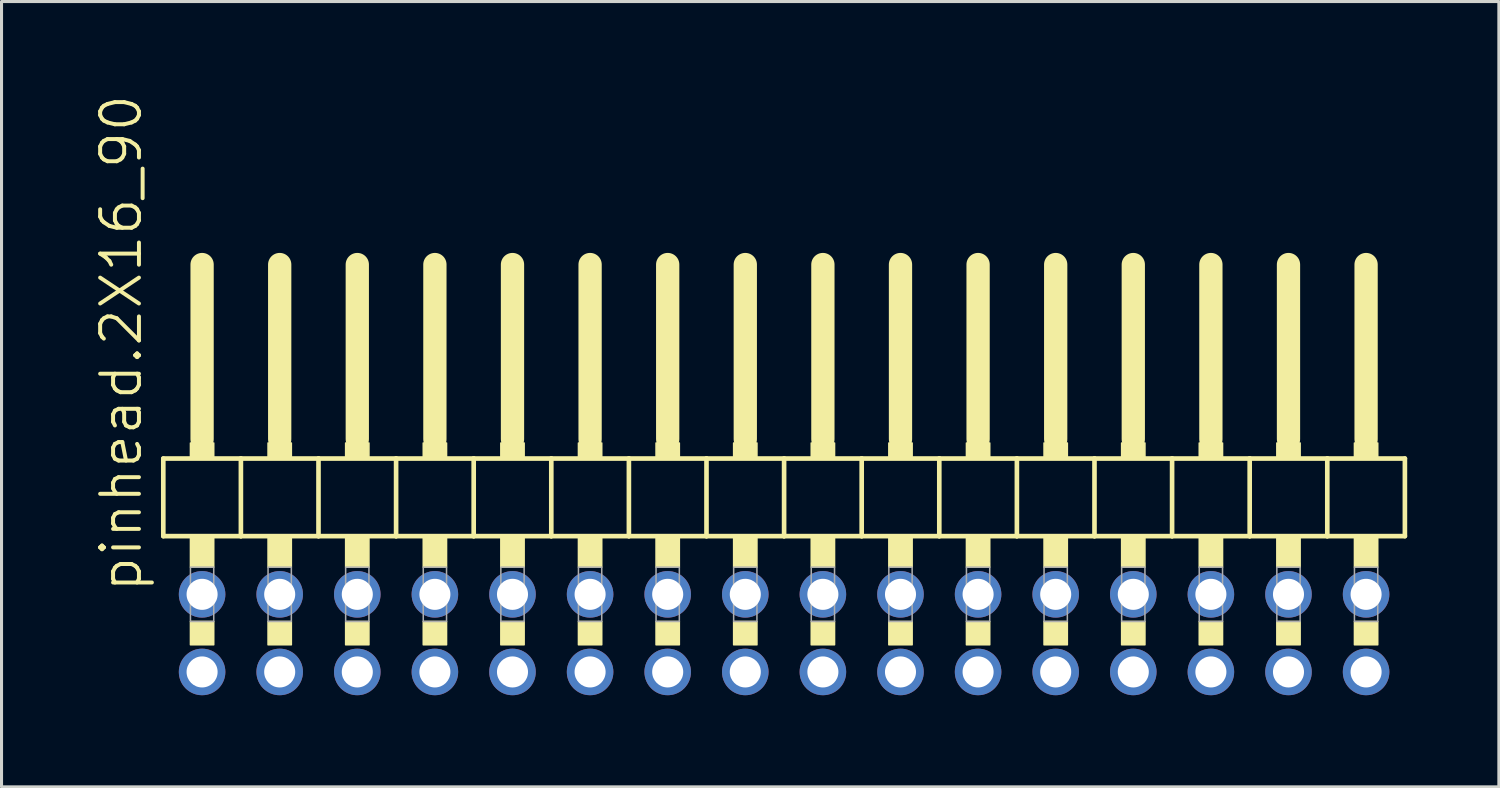
<source format=kicad_pcb>
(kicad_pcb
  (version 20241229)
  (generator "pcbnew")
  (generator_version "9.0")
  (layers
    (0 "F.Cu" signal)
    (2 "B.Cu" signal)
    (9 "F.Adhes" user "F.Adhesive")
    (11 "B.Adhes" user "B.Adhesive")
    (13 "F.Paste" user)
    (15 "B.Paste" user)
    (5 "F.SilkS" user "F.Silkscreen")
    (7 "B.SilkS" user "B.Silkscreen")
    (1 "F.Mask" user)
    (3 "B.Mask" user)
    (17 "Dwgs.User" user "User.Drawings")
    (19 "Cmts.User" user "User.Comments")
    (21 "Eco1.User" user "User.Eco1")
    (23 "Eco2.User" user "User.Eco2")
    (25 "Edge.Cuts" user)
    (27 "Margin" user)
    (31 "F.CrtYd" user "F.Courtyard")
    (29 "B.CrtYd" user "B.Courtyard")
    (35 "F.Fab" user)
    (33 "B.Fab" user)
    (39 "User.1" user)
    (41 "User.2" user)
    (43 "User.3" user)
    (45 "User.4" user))
  (footprint "pinhead.2X16_90"
    (layer "F.Cu")
    (at 22.615 12.594)
    (property "Reference" "pinhead.2X16_90" (at -20.955 3.81 90) (layer "F.SilkS") (effects (font (size 1.27 1.27) (thickness 0.13)) (justify left bottom)))
    (attr through_hole)
    (fp_line (start -20.32 -0.635) (end -20.32 1.905) (stroke (width 0.152) (type default)) (layer "F.SilkS"))
    (fp_line (start -20.32 1.905) (end -17.78 1.905) (stroke (width 0.152) (type default)) (layer "F.SilkS"))
    (fp_line (start -19.05 -6.985) (end -19.05 -1.27) (stroke (width 0.762) (type default)) (layer "F.SilkS"))
    (fp_line (start -17.78 -0.635) (end -20.32 -0.635) (stroke (width 0.152) (type default)) (layer "F.SilkS"))
    (fp_line (start -17.78 1.905) (end -17.78 -0.635) (stroke (width 0.152) (type default)) (layer "F.SilkS"))
    (fp_line (start -17.78 1.905) (end -15.24 1.905) (stroke (width 0.152) (type default)) (layer "F.SilkS"))
    (fp_line (start -16.51 -6.985) (end -16.51 -1.27) (stroke (width 0.762) (type default)) (layer "F.SilkS"))
    (fp_line (start -15.24 -0.635) (end -17.78 -0.635) (stroke (width 0.152) (type default)) (layer "F.SilkS"))
    (fp_line (start -15.24 1.905) (end -15.24 -0.635) (stroke (width 0.152) (type default)) (layer "F.SilkS"))
    (fp_line (start -15.24 1.905) (end -12.7 1.905) (stroke (width 0.152) (type default)) (layer "F.SilkS"))
    (fp_line (start -13.97 -6.985) (end -13.97 -1.27) (stroke (width 0.762) (type default)) (layer "F.SilkS"))
    (fp_line (start -12.7 -0.635) (end -15.24 -0.635) (stroke (width 0.152) (type default)) (layer "F.SilkS"))
    (fp_line (start -12.7 1.905) (end -12.7 -0.635) (stroke (width 0.152) (type default)) (layer "F.SilkS"))
    (fp_line (start -12.7 1.905) (end -10.16 1.905) (stroke (width 0.152) (type default)) (layer "F.SilkS"))
    (fp_line (start -11.43 -6.985) (end -11.43 -1.27) (stroke (width 0.762) (type default)) (layer "F.SilkS"))
    (fp_line (start -10.16 -0.635) (end -12.7 -0.635) (stroke (width 0.152) (type default)) (layer "F.SilkS"))
    (fp_line (start -10.16 1.905) (end -10.16 -0.635) (stroke (width 0.152) (type default)) (layer "F.SilkS"))
    (fp_line (start -10.16 1.905) (end -7.62 1.905) (stroke (width 0.152) (type default)) (layer "F.SilkS"))
    (fp_line (start -8.89 -6.985) (end -8.89 -1.27) (stroke (width 0.762) (type default)) (layer "F.SilkS"))
    (fp_line (start -7.62 -0.635) (end -10.16 -0.635) (stroke (width 0.152) (type default)) (layer "F.SilkS"))
    (fp_line (start -7.62 1.905) (end -7.62 -0.635) (stroke (width 0.152) (type default)) (layer "F.SilkS"))
    (fp_line (start -7.62 1.905) (end -5.08 1.905) (stroke (width 0.152) (type default)) (layer "F.SilkS"))
    (fp_line (start -6.35 -6.985) (end -6.35 -1.27) (stroke (width 0.762) (type default)) (layer "F.SilkS"))
    (fp_line (start -5.08 -0.635) (end -7.62 -0.635) (stroke (width 0.152) (type default)) (layer "F.SilkS"))
    (fp_line (start -5.08 1.905) (end -5.08 -0.635) (stroke (width 0.152) (type default)) (layer "F.SilkS"))
    (fp_line (start -5.08 1.905) (end -2.54 1.905) (stroke (width 0.152) (type default)) (layer "F.SilkS"))
    (fp_line (start -3.81 -6.985) (end -3.81 -1.27) (stroke (width 0.762) (type default)) (layer "F.SilkS"))
    (fp_line (start -2.54 -0.635) (end -5.08 -0.635) (stroke (width 0.152) (type default)) (layer "F.SilkS"))
    (fp_line (start -2.54 1.905) (end -2.54 -0.635) (stroke (width 0.152) (type default)) (layer "F.SilkS"))
    (fp_line (start -2.54 1.905) (end 0 1.905) (stroke (width 0.152) (type default)) (layer "F.SilkS"))
    (fp_line (start -1.27 -6.985) (end -1.27 -1.27) (stroke (width 0.762) (type default)) (layer "F.SilkS"))
    (fp_line (start 0 -0.635) (end -2.54 -0.635) (stroke (width 0.152) (type default)) (layer "F.SilkS"))
    (fp_line (start 0 1.905) (end 0 -0.635) (stroke (width 0.152) (type default)) (layer "F.SilkS"))
    (fp_line (start 0 1.905) (end 2.54 1.905) (stroke (width 0.152) (type default)) (layer "F.SilkS"))
    (fp_line (start 1.27 -6.985) (end 1.27 -1.27) (stroke (width 0.762) (type default)) (layer "F.SilkS"))
    (fp_line (start 2.54 -0.635) (end 0 -0.635) (stroke (width 0.152) (type default)) (layer "F.SilkS"))
    (fp_line (start 2.54 1.905) (end 2.54 -0.635) (stroke (width 0.152) (type default)) (layer "F.SilkS"))
    (fp_line (start 2.54 1.905) (end 5.08 1.905) (stroke (width 0.152) (type default)) (layer "F.SilkS"))
    (fp_line (start 3.81 -6.985) (end 3.81 -1.27) (stroke (width 0.762) (type default)) (layer "F.SilkS"))
    (fp_line (start 5.08 -0.635) (end 2.54 -0.635) (stroke (width 0.152) (type default)) (layer "F.SilkS"))
    (fp_line (start 5.08 1.905) (end 5.08 -0.635) (stroke (width 0.152) (type default)) (layer "F.SilkS"))
    (fp_line (start 5.08 1.905) (end 7.62 1.905) (stroke (width 0.152) (type default)) (layer "F.SilkS"))
    (fp_line (start 6.35 -6.985) (end 6.35 -1.27) (stroke (width 0.762) (type default)) (layer "F.SilkS"))
    (fp_line (start 7.62 -0.635) (end 5.08 -0.635) (stroke (width 0.152) (type default)) (layer "F.SilkS"))
    (fp_line (start 7.62 1.905) (end 7.62 -0.635) (stroke (width 0.152) (type default)) (layer "F.SilkS"))
    (fp_line (start 7.62 1.905) (end 10.16 1.905) (stroke (width 0.152) (type default)) (layer "F.SilkS"))
    (fp_line (start 8.89 -6.985) (end 8.89 -1.27) (stroke (width 0.762) (type default)) (layer "F.SilkS"))
    (fp_line (start 10.16 -0.635) (end 7.62 -0.635) (stroke (width 0.152) (type default)) (layer "F.SilkS"))
    (fp_line (start 10.16 1.905) (end 10.16 -0.635) (stroke (width 0.152) (type default)) (layer "F.SilkS"))
    (fp_line (start 10.16 1.905) (end 12.7 1.905) (stroke (width 0.152) (type default)) (layer "F.SilkS"))
    (fp_line (start 11.43 -6.985) (end 11.43 -1.27) (stroke (width 0.762) (type default)) (layer "F.SilkS"))
    (fp_line (start 12.7 -0.635) (end 10.16 -0.635) (stroke (width 0.152) (type default)) (layer "F.SilkS"))
    (fp_line (start 12.7 1.905) (end 12.7 -0.635) (stroke (width 0.152) (type default)) (layer "F.SilkS"))
    (fp_line (start 12.7 1.905) (end 15.24 1.905) (stroke (width 0.152) (type default)) (layer "F.SilkS"))
    (fp_line (start 13.97 -6.985) (end 13.97 -1.27) (stroke (width 0.762) (type default)) (layer "F.SilkS"))
    (fp_line (start 15.24 -0.635) (end 12.7 -0.635) (stroke (width 0.152) (type default)) (layer "F.SilkS"))
    (fp_line (start 15.24 1.905) (end 15.24 -0.635) (stroke (width 0.152) (type default)) (layer "F.SilkS"))
    (fp_line (start 15.24 1.905) (end 17.78 1.905) (stroke (width 0.152) (type default)) (layer "F.SilkS"))
    (fp_line (start 16.51 -6.985) (end 16.51 -1.27) (stroke (width 0.762) (type default)) (layer "F.SilkS"))
    (fp_line (start 17.78 -0.635) (end 15.24 -0.635) (stroke (width 0.152) (type default)) (layer "F.SilkS"))
    (fp_line (start 17.78 1.905) (end 17.78 -0.635) (stroke (width 0.152) (type default)) (layer "F.SilkS"))
    (fp_line (start 17.78 1.905) (end 20.32 1.905) (stroke (width 0.152) (type default)) (layer "F.SilkS"))
    (fp_line (start 19.05 -6.985) (end 19.05 -1.27) (stroke (width 0.762) (type default)) (layer "F.SilkS"))
    (fp_line (start 20.32 -0.635) (end 17.78 -0.635) (stroke (width 0.152) (type default)) (layer "F.SilkS"))
    (fp_line (start 20.32 1.905) (end 20.32 -0.635) (stroke (width 0.152) (type default)) (layer "F.SilkS"))
    (fp_rect (start -19.431 -0.635) (end -18.669 -1.143) (stroke (width 0.05) (type default)) (fill yes) (layer "F.SilkS"))
    (fp_rect (start -19.431 2.921) (end -18.669 1.905) (stroke (width 0.05) (type default)) (fill yes) (layer "F.SilkS"))
    (fp_rect (start -19.431 5.461) (end -18.669 4.699) (stroke (width 0.05) (type default)) (fill yes) (layer "F.SilkS"))
    (fp_rect (start -16.891 -0.635) (end -16.129 -1.143) (stroke (width 0.05) (type default)) (fill yes) (layer "F.SilkS"))
    (fp_rect (start -16.891 2.921) (end -16.129 1.905) (stroke (width 0.05) (type default)) (fill yes) (layer "F.SilkS"))
    (fp_rect (start -16.891 5.461) (end -16.129 4.699) (stroke (width 0.05) (type default)) (fill yes) (layer "F.SilkS"))
    (fp_rect (start -14.351 -0.635) (end -13.589 -1.143) (stroke (width 0.05) (type default)) (fill yes) (layer "F.SilkS"))
    (fp_rect (start -14.351 2.921) (end -13.589 1.905) (stroke (width 0.05) (type default)) (fill yes) (layer "F.SilkS"))
    (fp_rect (start -14.351 5.461) (end -13.589 4.699) (stroke (width 0.05) (type default)) (fill yes) (layer "F.SilkS"))
    (fp_rect (start -11.811 -0.635) (end -11.049 -1.143) (stroke (width 0.05) (type default)) (fill yes) (layer "F.SilkS"))
    (fp_rect (start -11.811 2.921) (end -11.049 1.905) (stroke (width 0.05) (type default)) (fill yes) (layer "F.SilkS"))
    (fp_rect (start -11.811 5.461) (end -11.049 4.699) (stroke (width 0.05) (type default)) (fill yes) (layer "F.SilkS"))
    (fp_rect (start -9.271 -0.635) (end -8.509 -1.143) (stroke (width 0.05) (type default)) (fill yes) (layer "F.SilkS"))
    (fp_rect (start -9.271 2.921) (end -8.509 1.905) (stroke (width 0.05) (type default)) (fill yes) (layer "F.SilkS"))
    (fp_rect (start -9.271 5.461) (end -8.509 4.699) (stroke (width 0.05) (type default)) (fill yes) (layer "F.SilkS"))
    (fp_rect (start -6.731 -0.635) (end -5.969 -1.143) (stroke (width 0.05) (type default)) (fill yes) (layer "F.SilkS"))
    (fp_rect (start -6.731 2.921) (end -5.969 1.905) (stroke (width 0.05) (type default)) (fill yes) (layer "F.SilkS"))
    (fp_rect (start -6.731 5.461) (end -5.969 4.699) (stroke (width 0.05) (type default)) (fill yes) (layer "F.SilkS"))
    (fp_rect (start -4.191 -0.635) (end -3.429 -1.143) (stroke (width 0.05) (type default)) (fill yes) (layer "F.SilkS"))
    (fp_rect (start -4.191 2.921) (end -3.429 1.905) (stroke (width 0.05) (type default)) (fill yes) (layer "F.SilkS"))
    (fp_rect (start -4.191 5.461) (end -3.429 4.699) (stroke (width 0.05) (type default)) (fill yes) (layer "F.SilkS"))
    (fp_rect (start -1.651 -0.635) (end -0.889 -1.143) (stroke (width 0.05) (type default)) (fill yes) (layer "F.SilkS"))
    (fp_rect (start -1.651 2.921) (end -0.889 1.905) (stroke (width 0.05) (type default)) (fill yes) (layer "F.SilkS"))
    (fp_rect (start -1.651 5.461) (end -0.889 4.699) (stroke (width 0.05) (type default)) (fill yes) (layer "F.SilkS"))
    (fp_rect (start 0.889 -0.635) (end 1.651 -1.143) (stroke (width 0.05) (type default)) (fill yes) (layer "F.SilkS"))
    (fp_rect (start 0.889 2.921) (end 1.651 1.905) (stroke (width 0.05) (type default)) (fill yes) (layer "F.SilkS"))
    (fp_rect (start 0.889 5.461) (end 1.651 4.699) (stroke (width 0.05) (type default)) (fill yes) (layer "F.SilkS"))
    (fp_rect (start 3.429 -0.635) (end 4.191 -1.143) (stroke (width 0.05) (type default)) (fill yes) (layer "F.SilkS"))
    (fp_rect (start 3.429 2.921) (end 4.191 1.905) (stroke (width 0.05) (type default)) (fill yes) (layer "F.SilkS"))
    (fp_rect (start 3.429 5.461) (end 4.191 4.699) (stroke (width 0.05) (type default)) (fill yes) (layer "F.SilkS"))
    (fp_rect (start 5.969 -0.635) (end 6.731 -1.143) (stroke (width 0.05) (type default)) (fill yes) (layer "F.SilkS"))
    (fp_rect (start 5.969 2.921) (end 6.731 1.905) (stroke (width 0.05) (type default)) (fill yes) (layer "F.SilkS"))
    (fp_rect (start 5.969 5.461) (end 6.731 4.699) (stroke (width 0.05) (type default)) (fill yes) (layer "F.SilkS"))
    (fp_rect (start 8.509 -0.635) (end 9.271 -1.143) (stroke (width 0.05) (type default)) (fill yes) (layer "F.SilkS"))
    (fp_rect (start 8.509 2.921) (end 9.271 1.905) (stroke (width 0.05) (type default)) (fill yes) (layer "F.SilkS"))
    (fp_rect (start 8.509 5.461) (end 9.271 4.699) (stroke (width 0.05) (type default)) (fill yes) (layer "F.SilkS"))
    (fp_rect (start 11.049 -0.635) (end 11.811 -1.143) (stroke (width 0.05) (type default)) (fill yes) (layer "F.SilkS"))
    (fp_rect (start 11.049 2.921) (end 11.811 1.905) (stroke (width 0.05) (type default)) (fill yes) (layer "F.SilkS"))
    (fp_rect (start 11.049 5.461) (end 11.811 4.699) (stroke (width 0.05) (type default)) (fill yes) (layer "F.SilkS"))
    (fp_rect (start 13.589 -0.635) (end 14.351 -1.143) (stroke (width 0.05) (type default)) (fill yes) (layer "F.SilkS"))
    (fp_rect (start 13.589 2.921) (end 14.351 1.905) (stroke (width 0.05) (type default)) (fill yes) (layer "F.SilkS"))
    (fp_rect (start 13.589 5.461) (end 14.351 4.699) (stroke (width 0.05) (type default)) (fill yes) (layer "F.SilkS"))
    (fp_rect (start 16.129 -0.635) (end 16.891 -1.143) (stroke (width 0.05) (type default)) (fill yes) (layer "F.SilkS"))
    (fp_rect (start 16.129 2.921) (end 16.891 1.905) (stroke (width 0.05) (type default)) (fill yes) (layer "F.SilkS"))
    (fp_rect (start 16.129 5.461) (end 16.891 4.699) (stroke (width 0.05) (type default)) (fill yes) (layer "F.SilkS"))
    (fp_rect (start 18.669 -0.635) (end 19.431 -1.143) (stroke (width 0.05) (type default)) (fill yes) (layer "F.SilkS"))
    (fp_rect (start 18.669 2.921) (end 19.431 1.905) (stroke (width 0.05) (type default)) (fill yes) (layer "F.SilkS"))
    (fp_rect (start 18.669 5.461) (end 19.431 4.699) (stroke (width 0.05) (type default)) (fill yes) (layer "F.SilkS"))
    (fp_rect (start -19.431 4.699) (end -18.669 2.921) (stroke (width 0.05) (type default)) (fill no) (layer "F.Fab"))
    (fp_rect (start -16.891 4.699) (end -16.129 2.921) (stroke (width 0.05) (type default)) (fill no) (layer "F.Fab"))
    (fp_rect (start -14.351 4.699) (end -13.589 2.921) (stroke (width 0.05) (type default)) (fill no) (layer "F.Fab"))
    (fp_rect (start -11.811 4.699) (end -11.049 2.921) (stroke (width 0.05) (type default)) (fill no) (layer "F.Fab"))
    (fp_rect (start -9.271 4.699) (end -8.509 2.921) (stroke (width 0.05) (type default)) (fill no) (layer "F.Fab"))
    (fp_rect (start -6.731 4.699) (end -5.969 2.921) (stroke (width 0.05) (type default)) (fill no) (layer "F.Fab"))
    (fp_rect (start -4.191 4.699) (end -3.429 2.921) (stroke (width 0.05) (type default)) (fill no) (layer "F.Fab"))
    (fp_rect (start -1.651 4.699) (end -0.889 2.921) (stroke (width 0.05) (type default)) (fill no) (layer "F.Fab"))
    (fp_rect (start 0.889 4.699) (end 1.651 2.921) (stroke (width 0.05) (type default)) (fill no) (layer "F.Fab"))
    (fp_rect (start 3.429 4.699) (end 4.191 2.921) (stroke (width 0.05) (type default)) (fill no) (layer "F.Fab"))
    (fp_rect (start 5.969 4.699) (end 6.731 2.921) (stroke (width 0.05) (type default)) (fill no) (layer "F.Fab"))
    (fp_rect (start 8.509 4.699) (end 9.271 2.921) (stroke (width 0.05) (type default)) (fill no) (layer "F.Fab"))
    (fp_rect (start 11.049 4.699) (end 11.811 2.921) (stroke (width 0.05) (type default)) (fill no) (layer "F.Fab"))
    (fp_rect (start 13.589 4.699) (end 14.351 2.921) (stroke (width 0.05) (type default)) (fill no) (layer "F.Fab"))
    (fp_rect (start 16.129 4.699) (end 16.891 2.921) (stroke (width 0.05) (type default)) (fill no) (layer "F.Fab"))
    (fp_rect (start 18.669 4.699) (end 19.431 2.921) (stroke (width 0.05) (type default)) (fill no) (layer "F.Fab"))
    (pad "1" thru_hole circle (at -19.05 6.35) (size 1.524 1.524) (drill 1.016) (layers "*.Cu" "*.Mask"))
    (pad "2" thru_hole circle (at -19.05 3.81) (size 1.524 1.524) (drill 1.016) (layers "*.Cu" "*.Mask"))
    (pad "3" thru_hole circle (at -16.51 6.35) (size 1.524 1.524) (drill 1.016) (layers "*.Cu" "*.Mask"))
    (pad "4" thru_hole circle (at -16.51 3.81) (size 1.524 1.524) (drill 1.016) (layers "*.Cu" "*.Mask"))
    (pad "5" thru_hole circle (at -13.97 6.35) (size 1.524 1.524) (drill 1.016) (layers "*.Cu" "*.Mask"))
    (pad "6" thru_hole circle (at -13.97 3.81) (size 1.524 1.524) (drill 1.016) (layers "*.Cu" "*.Mask"))
    (pad "7" thru_hole circle (at -11.43 6.35) (size 1.524 1.524) (drill 1.016) (layers "*.Cu" "*.Mask"))
    (pad "8" thru_hole circle (at -11.43 3.81) (size 1.524 1.524) (drill 1.016) (layers "*.Cu" "*.Mask"))
    (pad "9" thru_hole circle (at -8.89 6.35) (size 1.524 1.524) (drill 1.016) (layers "*.Cu" "*.Mask"))
    (pad "10" thru_hole circle (at -8.89 3.81) (size 1.524 1.524) (drill 1.016) (layers "*.Cu" "*.Mask"))
    (pad "11" thru_hole circle (at -6.35 6.35) (size 1.524 1.524) (drill 1.016) (layers "*.Cu" "*.Mask"))
    (pad "12" thru_hole circle (at -6.35 3.81) (size 1.524 1.524) (drill 1.016) (layers "*.Cu" "*.Mask"))
    (pad "13" thru_hole circle (at -3.81 6.35) (size 1.524 1.524) (drill 1.016) (layers "*.Cu" "*.Mask"))
    (pad "14" thru_hole circle (at -3.81 3.81) (size 1.524 1.524) (drill 1.016) (layers "*.Cu" "*.Mask"))
    (pad "15" thru_hole circle (at -1.27 6.35) (size 1.524 1.524) (drill 1.016) (layers "*.Cu" "*.Mask"))
    (pad "16" thru_hole circle (at -1.27 3.81) (size 1.524 1.524) (drill 1.016) (layers "*.Cu" "*.Mask"))
    (pad "17" thru_hole circle (at 1.27 6.35) (size 1.524 1.524) (drill 1.016) (layers "*.Cu" "*.Mask"))
    (pad "18" thru_hole circle (at 1.27 3.81) (size 1.524 1.524) (drill 1.016) (layers "*.Cu" "*.Mask"))
    (pad "19" thru_hole circle (at 3.81 6.35) (size 1.524 1.524) (drill 1.016) (layers "*.Cu" "*.Mask"))
    (pad "20" thru_hole circle (at 3.81 3.81) (size 1.524 1.524) (drill 1.016) (layers "*.Cu" "*.Mask"))
    (pad "21" thru_hole circle (at 6.35 6.35) (size 1.524 1.524) (drill 1.016) (layers "*.Cu" "*.Mask"))
    (pad "22" thru_hole circle (at 6.35 3.81) (size 1.524 1.524) (drill 1.016) (layers "*.Cu" "*.Mask"))
    (pad "23" thru_hole circle (at 8.89 6.35) (size 1.524 1.524) (drill 1.016) (layers "*.Cu" "*.Mask"))
    (pad "24" thru_hole circle (at 8.89 3.81) (size 1.524 1.524) (drill 1.016) (layers "*.Cu" "*.Mask"))
    (pad "25" thru_hole circle (at 11.43 6.35) (size 1.524 1.524) (drill 1.016) (layers "*.Cu" "*.Mask"))
    (pad "26" thru_hole circle (at 11.43 3.81) (size 1.524 1.524) (drill 1.016) (layers "*.Cu" "*.Mask"))
    (pad "27" thru_hole circle (at 13.97 6.35) (size 1.524 1.524) (drill 1.016) (layers "*.Cu" "*.Mask"))
    (pad "28" thru_hole circle (at 13.97 3.81) (size 1.524 1.524) (drill 1.016) (layers "*.Cu" "*.Mask"))
    (pad "29" thru_hole circle (at 16.51 6.35) (size 1.524 1.524) (drill 1.016) (layers "*.Cu" "*.Mask"))
    (pad "30" thru_hole circle (at 16.51 3.81) (size 1.524 1.524) (drill 1.016) (layers "*.Cu" "*.Mask"))
    (pad "31" thru_hole circle (at 19.05 6.35) (size 1.524 1.524) (drill 1.016) (layers "*.Cu" "*.Mask"))
    (pad "32" thru_hole circle (at 19.05 3.81) (size 1.524 1.524) (drill 1.016) (layers "*.Cu" "*.Mask")))
  (gr_rect
    (start -3 -3)
    (end 46.011 22.706)
    (stroke (width 0.1) (type default))
    (fill no)
    (layer "Edge.Cuts")))
</source>
